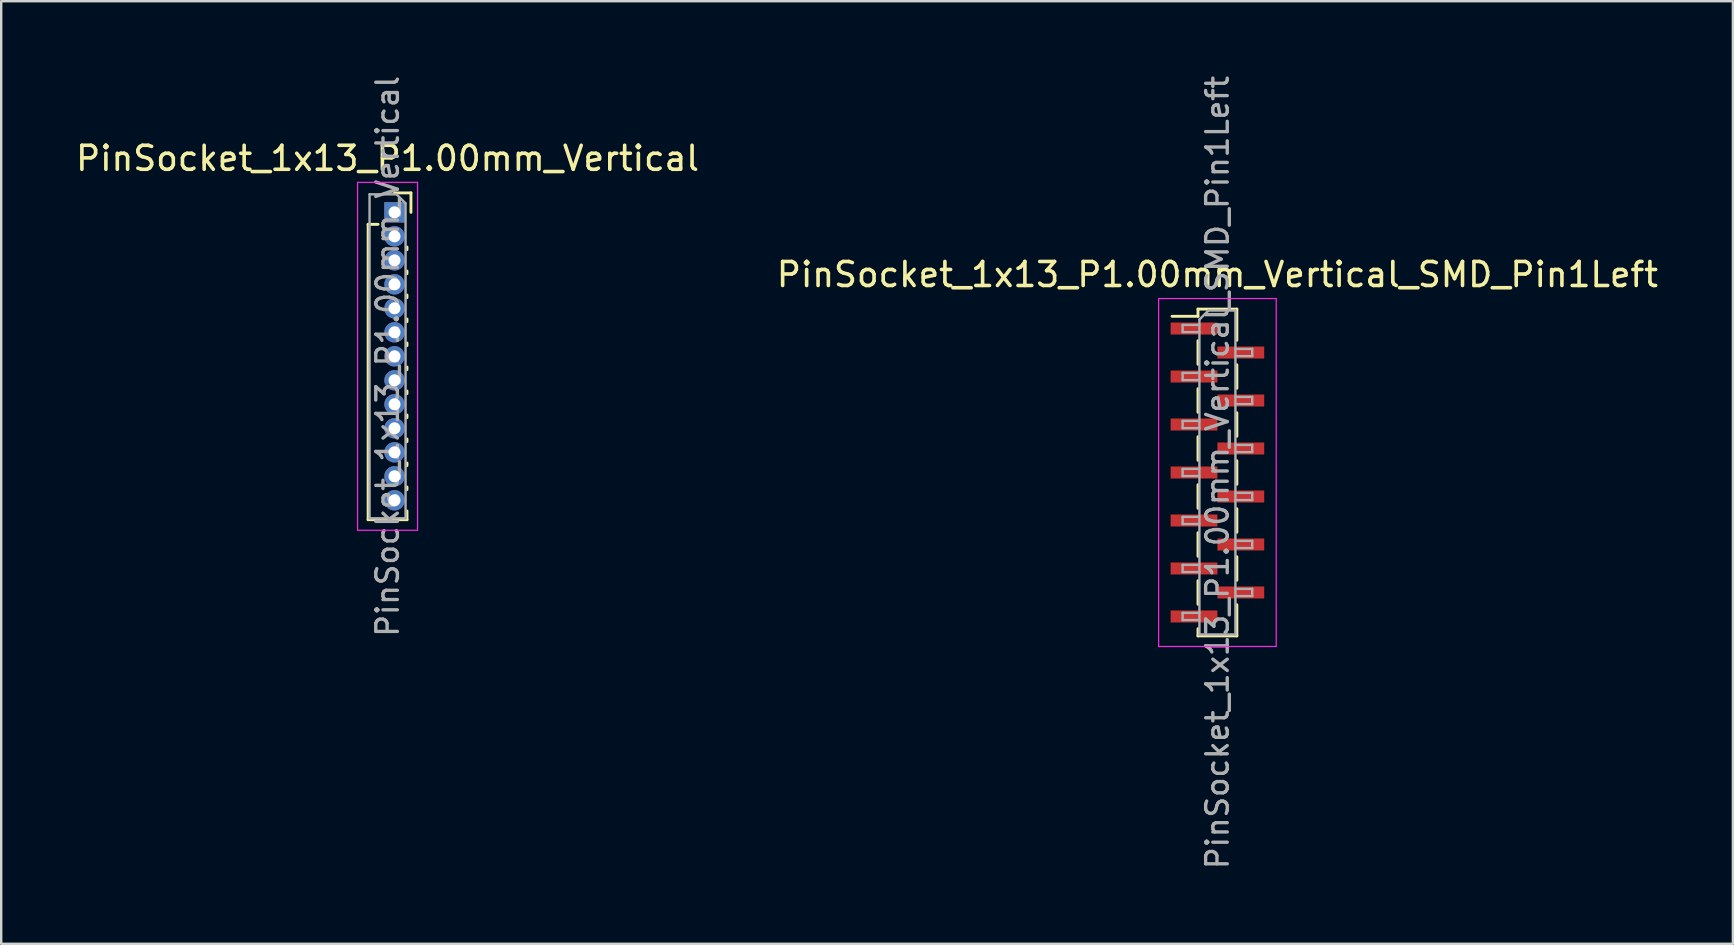
<source format=kicad_pcb>
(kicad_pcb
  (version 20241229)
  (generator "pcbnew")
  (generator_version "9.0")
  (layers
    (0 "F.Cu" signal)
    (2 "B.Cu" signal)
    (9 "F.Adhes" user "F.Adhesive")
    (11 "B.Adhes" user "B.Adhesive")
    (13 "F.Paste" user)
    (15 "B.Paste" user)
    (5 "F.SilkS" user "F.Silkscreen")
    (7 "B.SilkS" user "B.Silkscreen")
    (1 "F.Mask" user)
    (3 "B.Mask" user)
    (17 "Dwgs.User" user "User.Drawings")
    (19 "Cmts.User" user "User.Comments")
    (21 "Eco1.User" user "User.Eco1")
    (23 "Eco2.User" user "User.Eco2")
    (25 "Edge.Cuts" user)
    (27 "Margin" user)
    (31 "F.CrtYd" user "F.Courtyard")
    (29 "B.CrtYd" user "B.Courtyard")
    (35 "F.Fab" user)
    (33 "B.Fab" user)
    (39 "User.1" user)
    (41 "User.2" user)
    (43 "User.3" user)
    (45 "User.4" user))
  (footprint "PinSocket_1x13_P1.00mm_Vertical_SMD_Pin1Left"
    (layer "F.Cu")
    (at 47.685 16.641)
    (property "Reference" "PinSocket_1x13_P1.00mm_Vertical_SMD_Pin1Left" (at 0 -8.25 0) (layer "F.SilkS") (effects (font (size 1 1) (thickness 0.15))))
    (attr smd)
    (fp_line (start -1.89 -6.51) (end -0.81 -6.51) (stroke (width 0.12) (type solid)) (layer "F.SilkS"))
    (fp_line (start -0.81 -6.81) (end -0.81 -6.51) (stroke (width 0.12) (type solid)) (layer "F.SilkS"))
    (fp_line (start -0.81 -6.81) (end 0.81 -6.81) (stroke (width 0.12) (type solid)) (layer "F.SilkS"))
    (fp_line (start -0.81 -5.49) (end -0.81 -4.51) (stroke (width 0.12) (type solid)) (layer "F.SilkS"))
    (fp_line (start -0.81 -3.49) (end -0.81 -2.51) (stroke (width 0.12) (type solid)) (layer "F.SilkS"))
    (fp_line (start -0.81 -1.49) (end -0.81 -0.51) (stroke (width 0.12) (type solid)) (layer "F.SilkS"))
    (fp_line (start -0.81 0.51) (end -0.81 1.49) (stroke (width 0.12) (type solid)) (layer "F.SilkS"))
    (fp_line (start -0.81 2.51) (end -0.81 3.49) (stroke (width 0.12) (type solid)) (layer "F.SilkS"))
    (fp_line (start -0.81 4.51) (end -0.81 5.49) (stroke (width 0.12) (type solid)) (layer "F.SilkS"))
    (fp_line (start -0.81 6.51) (end -0.81 6.81) (stroke (width 0.12) (type solid)) (layer "F.SilkS"))
    (fp_line (start -0.81 6.81) (end 0.81 6.81) (stroke (width 0.12) (type solid)) (layer "F.SilkS"))
    (fp_line (start 0.81 -6.81) (end 0.81 -5.51) (stroke (width 0.12) (type solid)) (layer "F.SilkS"))
    (fp_line (start 0.81 -4.49) (end 0.81 -3.51) (stroke (width 0.12) (type solid)) (layer "F.SilkS"))
    (fp_line (start 0.81 -2.49) (end 0.81 -1.51) (stroke (width 0.12) (type solid)) (layer "F.SilkS"))
    (fp_line (start 0.81 -0.49) (end 0.81 0.49) (stroke (width 0.12) (type solid)) (layer "F.SilkS"))
    (fp_line (start 0.81 1.51) (end 0.81 2.49) (stroke (width 0.12) (type solid)) (layer "F.SilkS"))
    (fp_line (start 0.81 3.51) (end 0.81 4.49) (stroke (width 0.12) (type solid)) (layer "F.SilkS"))
    (fp_line (start 0.81 5.51) (end 0.81 6.81) (stroke (width 0.12) (type solid)) (layer "F.SilkS"))
    (fp_line (start -2.45 -7.25) (end 2.45 -7.25) (stroke (width 0.05) (type solid)) (layer "F.CrtYd"))
    (fp_line (start -2.45 7.25) (end -2.45 -7.25) (stroke (width 0.05) (type solid)) (layer "F.CrtYd"))
    (fp_line (start 2.45 -7.25) (end 2.45 7.25) (stroke (width 0.05) (type solid)) (layer "F.CrtYd"))
    (fp_line (start 2.45 7.25) (end -2.45 7.25) (stroke (width 0.05) (type solid)) (layer "F.CrtYd"))
    (fp_line (start -1.45 -6.15) (end -0.75 -6.15) (stroke (width 0.1) (type solid)) (layer "F.Fab"))
    (fp_line (start -1.45 -5.85) (end -1.45 -6.15) (stroke (width 0.1) (type solid)) (layer "F.Fab"))
    (fp_line (start -1.45 -4.15) (end -0.75 -4.15) (stroke (width 0.1) (type solid)) (layer "F.Fab"))
    (fp_line (start -1.45 -3.85) (end -1.45 -4.15) (stroke (width 0.1) (type solid)) (layer "F.Fab"))
    (fp_line (start -1.45 -2.15) (end -0.75 -2.15) (stroke (width 0.1) (type solid)) (layer "F.Fab"))
    (fp_line (start -1.45 -1.85) (end -1.45 -2.15) (stroke (width 0.1) (type solid)) (layer "F.Fab"))
    (fp_line (start -1.45 -0.15) (end -0.75 -0.15) (stroke (width 0.1) (type solid)) (layer "F.Fab"))
    (fp_line (start -1.45 0.15) (end -1.45 -0.15) (stroke (width 0.1) (type solid)) (layer "F.Fab"))
    (fp_line (start -1.45 1.85) (end -0.75 1.85) (stroke (width 0.1) (type solid)) (layer "F.Fab"))
    (fp_line (start -1.45 2.15) (end -1.45 1.85) (stroke (width 0.1) (type solid)) (layer "F.Fab"))
    (fp_line (start -1.45 3.85) (end -0.75 3.85) (stroke (width 0.1) (type solid)) (layer "F.Fab"))
    (fp_line (start -1.45 4.15) (end -1.45 3.85) (stroke (width 0.1) (type solid)) (layer "F.Fab"))
    (fp_line (start -1.45 5.85) (end -0.75 5.85) (stroke (width 0.1) (type solid)) (layer "F.Fab"))
    (fp_line (start -1.45 6.15) (end -1.45 5.85) (stroke (width 0.1) (type solid)) (layer "F.Fab"))
    (fp_line (start -0.75 -6.375) (end -0.375 -6.75) (stroke (width 0.1) (type solid)) (layer "F.Fab"))
    (fp_line (start -0.75 -5.85) (end -1.45 -5.85) (stroke (width 0.1) (type solid)) (layer "F.Fab"))
    (fp_line (start -0.75 -3.85) (end -1.45 -3.85) (stroke (width 0.1) (type solid)) (layer "F.Fab"))
    (fp_line (start -0.75 -1.85) (end -1.45 -1.85) (stroke (width 0.1) (type solid)) (layer "F.Fab"))
    (fp_line (start -0.75 0.15) (end -1.45 0.15) (stroke (width 0.1) (type solid)) (layer "F.Fab"))
    (fp_line (start -0.75 2.15) (end -1.45 2.15) (stroke (width 0.1) (type solid)) (layer "F.Fab"))
    (fp_line (start -0.75 4.15) (end -1.45 4.15) (stroke (width 0.1) (type solid)) (layer "F.Fab"))
    (fp_line (start -0.75 6.15) (end -1.45 6.15) (stroke (width 0.1) (type solid)) (layer "F.Fab"))
    (fp_line (start -0.75 6.75) (end -0.75 -6.375) (stroke (width 0.1) (type solid)) (layer "F.Fab"))
    (fp_line (start -0.375 -6.75) (end 0.75 -6.75) (stroke (width 0.1) (type solid)) (layer "F.Fab"))
    (fp_line (start 0.75 -6.75) (end 0.75 6.75) (stroke (width 0.1) (type solid)) (layer "F.Fab"))
    (fp_line (start 0.75 -5.15) (end 1.45 -5.15) (stroke (width 0.1) (type solid)) (layer "F.Fab"))
    (fp_line (start 0.75 -3.15) (end 1.45 -3.15) (stroke (width 0.1) (type solid)) (layer "F.Fab"))
    (fp_line (start 0.75 -1.15) (end 1.45 -1.15) (stroke (width 0.1) (type solid)) (layer "F.Fab"))
    (fp_line (start 0.75 0.85) (end 1.45 0.85) (stroke (width 0.1) (type solid)) (layer "F.Fab"))
    (fp_line (start 0.75 2.85) (end 1.45 2.85) (stroke (width 0.1) (type solid)) (layer "F.Fab"))
    (fp_line (start 0.75 4.85) (end 1.45 4.85) (stroke (width 0.1) (type solid)) (layer "F.Fab"))
    (fp_line (start 0.75 6.75) (end -0.75 6.75) (stroke (width 0.1) (type solid)) (layer "F.Fab"))
    (fp_line (start 1.45 -5.15) (end 1.45 -4.85) (stroke (width 0.1) (type solid)) (layer "F.Fab"))
    (fp_line (start 1.45 -4.85) (end 0.75 -4.85) (stroke (width 0.1) (type solid)) (layer "F.Fab"))
    (fp_line (start 1.45 -3.15) (end 1.45 -2.85) (stroke (width 0.1) (type solid)) (layer "F.Fab"))
    (fp_line (start 1.45 -2.85) (end 0.75 -2.85) (stroke (width 0.1) (type solid)) (layer "F.Fab"))
    (fp_line (start 1.45 -1.15) (end 1.45 -0.85) (stroke (width 0.1) (type solid)) (layer "F.Fab"))
    (fp_line (start 1.45 -0.85) (end 0.75 -0.85) (stroke (width 0.1) (type solid)) (layer "F.Fab"))
    (fp_line (start 1.45 0.85) (end 1.45 1.15) (stroke (width 0.1) (type solid)) (layer "F.Fab"))
    (fp_line (start 1.45 1.15) (end 0.75 1.15) (stroke (width 0.1) (type solid)) (layer "F.Fab"))
    (fp_line (start 1.45 2.85) (end 1.45 3.15) (stroke (width 0.1) (type solid)) (layer "F.Fab"))
    (fp_line (start 1.45 3.15) (end 0.75 3.15) (stroke (width 0.1) (type solid)) (layer "F.Fab"))
    (fp_line (start 1.45 4.85) (end 1.45 5.15) (stroke (width 0.1) (type solid)) (layer "F.Fab"))
    (fp_line (start 1.45 5.15) (end 0.75 5.15) (stroke (width 0.1) (type solid)) (layer "F.Fab"))
    (fp_text user "${REFERENCE}" (at 0 0 90) (layer "F.Fab") (effects (font (size 0.9 0.9) (thickness 0.14))))
    (pad "1" smd rect (at -0.975 -6) (size 1.95 0.5) (layers "F.Cu" "F.Mask" "F.Paste"))
    (pad "2" smd rect (at 0.975 -5) (size 1.95 0.5) (layers "F.Cu" "F.Mask" "F.Paste"))
    (pad "3" smd rect (at -0.975 -4) (size 1.95 0.5) (layers "F.Cu" "F.Mask" "F.Paste"))
    (pad "4" smd rect (at 0.975 -3) (size 1.95 0.5) (layers "F.Cu" "F.Mask" "F.Paste"))
    (pad "5" smd rect (at -0.975 -2) (size 1.95 0.5) (layers "F.Cu" "F.Mask" "F.Paste"))
    (pad "6" smd rect (at 0.975 -1) (size 1.95 0.5) (layers "F.Cu" "F.Mask" "F.Paste"))
    (pad "7" smd rect (at -0.975 0) (size 1.95 0.5) (layers "F.Cu" "F.Mask" "F.Paste"))
    (pad "8" smd rect (at 0.975 1) (size 1.95 0.5) (layers "F.Cu" "F.Mask" "F.Paste"))
    (pad "9" smd rect (at -0.975 2) (size 1.95 0.5) (layers "F.Cu" "F.Mask" "F.Paste"))
    (pad "10" smd rect (at 0.975 3) (size 1.95 0.5) (layers "F.Cu" "F.Mask" "F.Paste"))
    (pad "11" smd rect (at -0.975 4) (size 1.95 0.5) (layers "F.Cu" "F.Mask" "F.Paste"))
    (pad "12" smd rect (at 0.975 5) (size 1.95 0.5) (layers "F.Cu" "F.Mask" "F.Paste"))
    (pad "13" smd rect (at -0.975 6) (size 1.95 0.5) (layers "F.Cu" "F.Mask" "F.Paste")))
  (footprint "PinSocket_1x13_P1.00mm_Vertical"
    (layer "F.Cu")
    (at 13.391 5.799)
    (property "Reference" "PinSocket_1x13_P1.00mm_Vertical" (at -0.29 -2.25 0) (layer "F.SilkS") (effects (font (size 1 1) (thickness 0.15))))
    (attr through_hole)
    (fp_line (start -1.1 0.5) (end -1.1 12.81) (stroke (width 0.12) (type solid)) (layer "F.SilkS"))
    (fp_line (start -1.1 0.5) (end -0.685 0.5) (stroke (width 0.12) (type solid)) (layer "F.SilkS"))
    (fp_line (start -1.1 12.81) (end 0.52 12.81) (stroke (width 0.12) (type solid)) (layer "F.SilkS"))
    (fp_line (start 0 -0.81) (end 0.685 -0.81) (stroke (width 0.12) (type solid)) (layer "F.SilkS"))
    (fp_line (start 0.52 1.446) (end 0.52 1.554) (stroke (width 0.12) (type solid)) (layer "F.SilkS"))
    (fp_line (start 0.52 2.446) (end 0.52 2.554) (stroke (width 0.12) (type solid)) (layer "F.SilkS"))
    (fp_line (start 0.52 3.446) (end 0.52 3.554) (stroke (width 0.12) (type solid)) (layer "F.SilkS"))
    (fp_line (start 0.52 4.446) (end 0.52 4.554) (stroke (width 0.12) (type solid)) (layer "F.SilkS"))
    (fp_line (start 0.52 5.446) (end 0.52 5.554) (stroke (width 0.12) (type solid)) (layer "F.SilkS"))
    (fp_line (start 0.52 6.446) (end 0.52 6.554) (stroke (width 0.12) (type solid)) (layer "F.SilkS"))
    (fp_line (start 0.52 7.446) (end 0.52 7.554) (stroke (width 0.12) (type solid)) (layer "F.SilkS"))
    (fp_line (start 0.52 8.446) (end 0.52 8.554) (stroke (width 0.12) (type solid)) (layer "F.SilkS"))
    (fp_line (start 0.52 9.446) (end 0.52 9.554) (stroke (width 0.12) (type solid)) (layer "F.SilkS"))
    (fp_line (start 0.52 10.446) (end 0.52 10.554) (stroke (width 0.12) (type solid)) (layer "F.SilkS"))
    (fp_line (start 0.52 11.446) (end 0.52 11.554) (stroke (width 0.12) (type solid)) (layer "F.SilkS"))
    (fp_line (start 0.52 12.446) (end 0.52 12.81) (stroke (width 0.12) (type solid)) (layer "F.SilkS"))
    (fp_line (start 0.685 -0.81) (end 0.685 0) (stroke (width 0.12) (type solid)) (layer "F.SilkS"))
    (fp_line (start -1.54 -1.25) (end 0.96 -1.25) (stroke (width 0.05) (type solid)) (layer "F.CrtYd"))
    (fp_line (start -1.54 13.25) (end -1.54 -1.25) (stroke (width 0.05) (type solid)) (layer "F.CrtYd"))
    (fp_line (start 0.96 -1.25) (end 0.96 13.25) (stroke (width 0.05) (type solid)) (layer "F.CrtYd"))
    (fp_line (start 0.96 13.25) (end -1.54 13.25) (stroke (width 0.05) (type solid)) (layer "F.CrtYd"))
    (fp_line (start -1.04 -0.75) (end 0.085 -0.75) (stroke (width 0.1) (type solid)) (layer "F.Fab"))
    (fp_line (start -1.04 12.75) (end -1.04 -0.75) (stroke (width 0.1) (type solid)) (layer "F.Fab"))
    (fp_line (start 0.085 -0.75) (end 0.46 -0.375) (stroke (width 0.1) (type solid)) (layer "F.Fab"))
    (fp_line (start 0.46 -0.375) (end 0.46 12.75) (stroke (width 0.1) (type solid)) (layer "F.Fab"))
    (fp_line (start 0.46 12.75) (end -1.04 12.75) (stroke (width 0.1) (type solid)) (layer "F.Fab"))
    (fp_text user "${REFERENCE}" (at -0.29 6 90) (layer "F.Fab") (effects (font (size 0.9 0.9) (thickness 0.14))))
    (pad "1" thru_hole rect (at 0 0) (size 0.85 0.85) (drill 0.5) (layers "*.Cu" "*.Mask"))
    (pad "2" thru_hole circle (at 0 1) (size 0.85 0.85) (drill 0.5) (layers "*.Cu" "*.Mask"))
    (pad "3" thru_hole circle (at 0 2) (size 0.85 0.85) (drill 0.5) (layers "*.Cu" "*.Mask"))
    (pad "4" thru_hole circle (at 0 3) (size 0.85 0.85) (drill 0.5) (layers "*.Cu" "*.Mask"))
    (pad "5" thru_hole circle (at 0 4) (size 0.85 0.85) (drill 0.5) (layers "*.Cu" "*.Mask"))
    (pad "6" thru_hole circle (at 0 5) (size 0.85 0.85) (drill 0.5) (layers "*.Cu" "*.Mask"))
    (pad "7" thru_hole circle (at 0 6) (size 0.85 0.85) (drill 0.5) (layers "*.Cu" "*.Mask"))
    (pad "8" thru_hole circle (at 0 7) (size 0.85 0.85) (drill 0.5) (layers "*.Cu" "*.Mask"))
    (pad "9" thru_hole circle (at 0 8) (size 0.85 0.85) (drill 0.5) (layers "*.Cu" "*.Mask"))
    (pad "10" thru_hole circle (at 0 9) (size 0.85 0.85) (drill 0.5) (layers "*.Cu" "*.Mask"))
    (pad "11" thru_hole circle (at 0 10) (size 0.85 0.85) (drill 0.5) (layers "*.Cu" "*.Mask"))
    (pad "12" thru_hole circle (at 0 11) (size 0.85 0.85) (drill 0.5) (layers "*.Cu" "*.Mask"))
    (pad "13" thru_hole circle (at 0 12) (size 0.85 0.85) (drill 0.5) (layers "*.Cu" "*.Mask")))
  (gr_rect
    (start -3 -3)
    (end 69.167 36.283)
    (stroke (width 0.1) (type default))
    (fill no)
    (layer "Edge.Cuts")))
</source>
